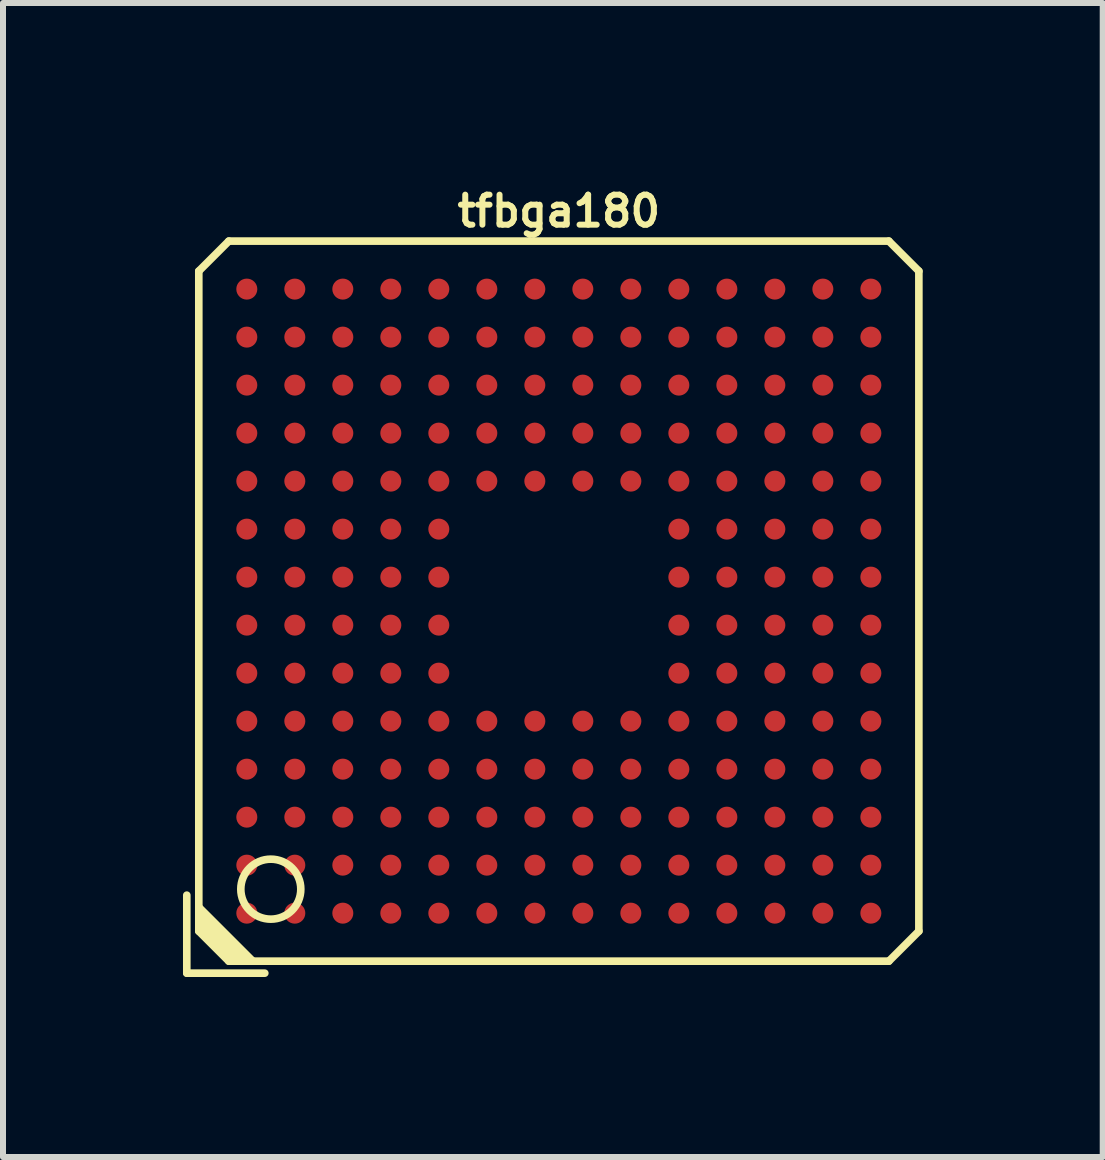
<source format=kicad_pcb>
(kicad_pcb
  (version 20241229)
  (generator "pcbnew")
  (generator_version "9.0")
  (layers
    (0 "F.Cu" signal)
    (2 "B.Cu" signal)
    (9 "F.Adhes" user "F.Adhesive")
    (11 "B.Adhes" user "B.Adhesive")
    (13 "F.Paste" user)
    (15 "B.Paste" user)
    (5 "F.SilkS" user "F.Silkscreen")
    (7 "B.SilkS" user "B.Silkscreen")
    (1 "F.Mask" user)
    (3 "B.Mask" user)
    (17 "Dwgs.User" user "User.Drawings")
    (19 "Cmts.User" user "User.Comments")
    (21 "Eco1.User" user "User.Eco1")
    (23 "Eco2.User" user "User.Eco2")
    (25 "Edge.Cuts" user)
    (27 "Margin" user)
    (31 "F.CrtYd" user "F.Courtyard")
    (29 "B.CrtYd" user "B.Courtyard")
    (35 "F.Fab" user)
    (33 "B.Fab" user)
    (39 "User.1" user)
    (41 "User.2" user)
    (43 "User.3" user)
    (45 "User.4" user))
  (footprint "tfbga180"
    (layer "F.Cu")
    (at 6.263 6.968)
    (property "Reference" "tfbga180" (at 0 -6.5 0) (layer "F.SilkS") (effects (font (size 0.5 0.5) (thickness 0.1))))
    (attr through_hole)
    (fp_line (start -6.2 4.9) (end -6.2 6.2) (stroke (width 0.127) (type solid)) (layer "F.SilkS"))
    (fp_line (start -6.2 6.2) (end -4.9 6.2) (stroke (width 0.127) (type solid)) (layer "F.SilkS"))
    (fp_line (start -6 -5.5) (end -5.5 -6) (stroke (width 0.127) (type solid)) (layer "F.SilkS"))
    (fp_line (start -6 5.2) (end -5.2 6) (stroke (width 0.127) (type solid)) (layer "F.SilkS"))
    (fp_line (start -6 5.4) (end -5.4 6) (stroke (width 0.127) (type solid)) (layer "F.SilkS"))
    (fp_line (start -6 5.5) (end -6 -5.5) (stroke (width 0.127) (type solid)) (layer "F.SilkS"))
    (fp_line (start -5.5 -6) (end 5.5 -6) (stroke (width 0.127) (type solid)) (layer "F.SilkS"))
    (fp_line (start -5.5 6) (end -6 5.5) (stroke (width 0.127) (type solid)) (layer "F.SilkS"))
    (fp_line (start -5.3 6) (end -6 5.3) (stroke (width 0.127) (type solid)) (layer "F.SilkS"))
    (fp_line (start -5.1 6) (end -6 5.1) (stroke (width 0.127) (type solid)) (layer "F.SilkS"))
    (fp_line (start 5.5 -6) (end 6 -5.5) (stroke (width 0.127) (type solid)) (layer "F.SilkS"))
    (fp_line (start 5.5 6) (end -5.5 6) (stroke (width 0.127) (type solid)) (layer "F.SilkS"))
    (fp_line (start 6 -5.5) (end 6 5.5) (stroke (width 0.127) (type solid)) (layer "F.SilkS"))
    (fp_line (start 6 5.5) (end 5.5 6) (stroke (width 0.127) (type solid)) (layer "F.SilkS"))
    (fp_circle (center -4.8 4.8) (end -5.2 5.1) (stroke (width 0.127) (type solid)) (fill no) (layer "F.SilkS"))
    (pad "A1" smd circle (at -5.2 5.2) (size 0.35 0.35) (layers "F.Cu" "F.Mask" "F.Paste"))
    (pad "A2" smd circle (at -4.4 5.2) (size 0.35 0.35) (layers "F.Cu" "F.Mask" "F.Paste"))
    (pad "A3" smd circle (at -3.6 5.2) (size 0.35 0.35) (layers "F.Cu" "F.Mask" "F.Paste"))
    (pad "A4" smd circle (at -2.8 5.2) (size 0.35 0.35) (layers "F.Cu" "F.Mask" "F.Paste"))
    (pad "A5" smd circle (at -2 5.2) (size 0.35 0.35) (layers "F.Cu" "F.Mask" "F.Paste"))
    (pad "A6" smd circle (at -1.2 5.2) (size 0.35 0.35) (layers "F.Cu" "F.Mask" "F.Paste"))
    (pad "A7" smd circle (at -0.4 5.2) (size 0.35 0.35) (layers "F.Cu" "F.Mask" "F.Paste"))
    (pad "A8" smd circle (at 0.4 5.2) (size 0.35 0.35) (layers "F.Cu" "F.Mask" "F.Paste"))
    (pad "A9" smd circle (at 1.2 5.2) (size 0.35 0.35) (layers "F.Cu" "F.Mask" "F.Paste"))
    (pad "A10" smd circle (at 2 5.2) (size 0.35 0.35) (layers "F.Cu" "F.Mask" "F.Paste"))
    (pad "A11" smd circle (at 2.8 5.2) (size 0.35 0.35) (layers "F.Cu" "F.Mask" "F.Paste"))
    (pad "A12" smd circle (at 3.6 5.2) (size 0.35 0.35) (layers "F.Cu" "F.Mask" "F.Paste"))
    (pad "A13" smd circle (at 4.4 5.2) (size 0.35 0.35) (layers "F.Cu" "F.Mask" "F.Paste"))
    (pad "A14" smd circle (at 5.2 5.2) (size 0.35 0.35) (layers "F.Cu" "F.Mask" "F.Paste"))
    (pad "B1" smd circle (at -5.2 4.4) (size 0.35 0.35) (layers "F.Cu" "F.Mask" "F.Paste"))
    (pad "B2" smd circle (at -4.4 4.4) (size 0.35 0.35) (layers "F.Cu" "F.Mask" "F.Paste"))
    (pad "B3" smd circle (at -3.6 4.4) (size 0.35 0.35) (layers "F.Cu" "F.Mask" "F.Paste"))
    (pad "B4" smd circle (at -2.8 4.4) (size 0.35 0.35) (layers "F.Cu" "F.Mask" "F.Paste"))
    (pad "B5" smd circle (at -2 4.4) (size 0.35 0.35) (layers "F.Cu" "F.Mask" "F.Paste"))
    (pad "B6" smd circle (at -1.2 4.4) (size 0.35 0.35) (layers "F.Cu" "F.Mask" "F.Paste"))
    (pad "B7" smd circle (at -0.4 4.4) (size 0.35 0.35) (layers "F.Cu" "F.Mask" "F.Paste"))
    (pad "B8" smd circle (at 0.4 4.4) (size 0.35 0.35) (layers "F.Cu" "F.Mask" "F.Paste"))
    (pad "B9" smd circle (at 1.2 4.4) (size 0.35 0.35) (layers "F.Cu" "F.Mask" "F.Paste"))
    (pad "B10" smd circle (at 2 4.4) (size 0.35 0.35) (layers "F.Cu" "F.Mask" "F.Paste"))
    (pad "B11" smd circle (at 2.8 4.4) (size 0.35 0.35) (layers "F.Cu" "F.Mask" "F.Paste"))
    (pad "B12" smd circle (at 3.6 4.4) (size 0.35 0.35) (layers "F.Cu" "F.Mask" "F.Paste"))
    (pad "B13" smd circle (at 4.4 4.4) (size 0.35 0.35) (layers "F.Cu" "F.Mask" "F.Paste"))
    (pad "B14" smd circle (at 5.2 4.4) (size 0.35 0.35) (layers "F.Cu" "F.Mask" "F.Paste"))
    (pad "C1" smd circle (at -5.2 3.6) (size 0.35 0.35) (layers "F.Cu" "F.Mask" "F.Paste"))
    (pad "C2" smd circle (at -4.4 3.6) (size 0.35 0.35) (layers "F.Cu" "F.Mask" "F.Paste"))
    (pad "C3" smd circle (at -3.6 3.6) (size 0.35 0.35) (layers "F.Cu" "F.Mask" "F.Paste"))
    (pad "C4" smd circle (at -2.8 3.6) (size 0.35 0.35) (layers "F.Cu" "F.Mask" "F.Paste"))
    (pad "C5" smd circle (at -2 3.6) (size 0.35 0.35) (layers "F.Cu" "F.Mask" "F.Paste"))
    (pad "C6" smd circle (at -1.2 3.6) (size 0.35 0.35) (layers "F.Cu" "F.Mask" "F.Paste"))
    (pad "C7" smd circle (at -0.4 3.6) (size 0.35 0.35) (layers "F.Cu" "F.Mask" "F.Paste"))
    (pad "C8" smd circle (at 0.4 3.6) (size 0.35 0.35) (layers "F.Cu" "F.Mask" "F.Paste"))
    (pad "C9" smd circle (at 1.2 3.6) (size 0.35 0.35) (layers "F.Cu" "F.Mask" "F.Paste"))
    (pad "C10" smd circle (at 2 3.6) (size 0.35 0.35) (layers "F.Cu" "F.Mask" "F.Paste"))
    (pad "C11" smd circle (at 2.8 3.6) (size 0.35 0.35) (layers "F.Cu" "F.Mask" "F.Paste"))
    (pad "C12" smd circle (at 3.6 3.6) (size 0.35 0.35) (layers "F.Cu" "F.Mask" "F.Paste"))
    (pad "C13" smd circle (at 4.4 3.6) (size 0.35 0.35) (layers "F.Cu" "F.Mask" "F.Paste"))
    (pad "C14" smd circle (at 5.2 3.6) (size 0.35 0.35) (layers "F.Cu" "F.Mask" "F.Paste"))
    (pad "D1" smd circle (at -5.2 2.8) (size 0.35 0.35) (layers "F.Cu" "F.Mask" "F.Paste"))
    (pad "D2" smd circle (at -4.4 2.8) (size 0.35 0.35) (layers "F.Cu" "F.Mask" "F.Paste"))
    (pad "D3" smd circle (at -3.6 2.8) (size 0.35 0.35) (layers "F.Cu" "F.Mask" "F.Paste"))
    (pad "D4" smd circle (at -2.8 2.8) (size 0.35 0.35) (layers "F.Cu" "F.Mask" "F.Paste"))
    (pad "D5" smd circle (at -2 2.8) (size 0.35 0.35) (layers "F.Cu" "F.Mask" "F.Paste"))
    (pad "D6" smd circle (at -1.2 2.8) (size 0.35 0.35) (layers "F.Cu" "F.Mask" "F.Paste"))
    (pad "D7" smd circle (at -0.4 2.8) (size 0.35 0.35) (layers "F.Cu" "F.Mask" "F.Paste"))
    (pad "D8" smd circle (at 0.4 2.8) (size 0.35 0.35) (layers "F.Cu" "F.Mask" "F.Paste"))
    (pad "D9" smd circle (at 1.2 2.8) (size 0.35 0.35) (layers "F.Cu" "F.Mask" "F.Paste"))
    (pad "D10" smd circle (at 2 2.8) (size 0.35 0.35) (layers "F.Cu" "F.Mask" "F.Paste"))
    (pad "D11" smd circle (at 2.8 2.8) (size 0.35 0.35) (layers "F.Cu" "F.Mask" "F.Paste"))
    (pad "D12" smd circle (at 3.6 2.8) (size 0.35 0.35) (layers "F.Cu" "F.Mask" "F.Paste"))
    (pad "D13" smd circle (at 4.4 2.8) (size 0.35 0.35) (layers "F.Cu" "F.Mask" "F.Paste"))
    (pad "D14" smd circle (at 5.2 2.8) (size 0.35 0.35) (layers "F.Cu" "F.Mask" "F.Paste"))
    (pad "E1" smd circle (at -5.2 2) (size 0.35 0.35) (layers "F.Cu" "F.Mask" "F.Paste"))
    (pad "E2" smd circle (at -4.4 2) (size 0.35 0.35) (layers "F.Cu" "F.Mask" "F.Paste"))
    (pad "E3" smd circle (at -3.6 2) (size 0.35 0.35) (layers "F.Cu" "F.Mask" "F.Paste"))
    (pad "E4" smd circle (at -2.8 2) (size 0.35 0.35) (layers "F.Cu" "F.Mask" "F.Paste"))
    (pad "E5" smd circle (at -2 2) (size 0.35 0.35) (layers "F.Cu" "F.Mask" "F.Paste"))
    (pad "E6" smd circle (at -1.2 2) (size 0.35 0.35) (layers "F.Cu" "F.Mask" "F.Paste"))
    (pad "E7" smd circle (at -0.4 2) (size 0.35 0.35) (layers "F.Cu" "F.Mask" "F.Paste"))
    (pad "E8" smd circle (at 0.4 2) (size 0.35 0.35) (layers "F.Cu" "F.Mask" "F.Paste"))
    (pad "E9" smd circle (at 1.2 2) (size 0.35 0.35) (layers "F.Cu" "F.Mask" "F.Paste"))
    (pad "E10" smd circle (at 2 2) (size 0.35 0.35) (layers "F.Cu" "F.Mask" "F.Paste"))
    (pad "E11" smd circle (at 2.8 2) (size 0.35 0.35) (layers "F.Cu" "F.Mask" "F.Paste"))
    (pad "E12" smd circle (at 3.6 2) (size 0.35 0.35) (layers "F.Cu" "F.Mask" "F.Paste"))
    (pad "E13" smd circle (at 4.4 2) (size 0.35 0.35) (layers "F.Cu" "F.Mask" "F.Paste"))
    (pad "E14" smd circle (at 5.2 2) (size 0.35 0.35) (layers "F.Cu" "F.Mask" "F.Paste"))
    (pad "F1" smd circle (at -5.2 1.2) (size 0.35 0.35) (layers "F.Cu" "F.Mask" "F.Paste"))
    (pad "F2" smd circle (at -4.4 1.2) (size 0.35 0.35) (layers "F.Cu" "F.Mask" "F.Paste"))
    (pad "F3" smd circle (at -3.6 1.2) (size 0.35 0.35) (layers "F.Cu" "F.Mask" "F.Paste"))
    (pad "F4" smd circle (at -2.8 1.2) (size 0.35 0.35) (layers "F.Cu" "F.Mask" "F.Paste"))
    (pad "F5" smd circle (at -2 1.2) (size 0.35 0.35) (layers "F.Cu" "F.Mask" "F.Paste"))
    (pad "F10" smd circle (at 2 1.2) (size 0.35 0.35) (layers "F.Cu" "F.Mask" "F.Paste"))
    (pad "F11" smd circle (at 2.8 1.2) (size 0.35 0.35) (layers "F.Cu" "F.Mask" "F.Paste"))
    (pad "F12" smd circle (at 3.6 1.2) (size 0.35 0.35) (layers "F.Cu" "F.Mask" "F.Paste"))
    (pad "F13" smd circle (at 4.4 1.2) (size 0.35 0.35) (layers "F.Cu" "F.Mask" "F.Paste"))
    (pad "F14" smd circle (at 5.2 1.2) (size 0.35 0.35) (layers "F.Cu" "F.Mask" "F.Paste"))
    (pad "G1" smd circle (at -5.2 0.4) (size 0.35 0.35) (layers "F.Cu" "F.Mask" "F.Paste"))
    (pad "G2" smd circle (at -4.4 0.4) (size 0.35 0.35) (layers "F.Cu" "F.Mask" "F.Paste"))
    (pad "G3" smd circle (at -3.6 0.4) (size 0.35 0.35) (layers "F.Cu" "F.Mask" "F.Paste"))
    (pad "G4" smd circle (at -2.8 0.4) (size 0.35 0.35) (layers "F.Cu" "F.Mask" "F.Paste"))
    (pad "G5" smd circle (at -2 0.4) (size 0.35 0.35) (layers "F.Cu" "F.Mask" "F.Paste"))
    (pad "G10" smd circle (at 2 0.4) (size 0.35 0.35) (layers "F.Cu" "F.Mask" "F.Paste"))
    (pad "G11" smd circle (at 2.8 0.4) (size 0.35 0.35) (layers "F.Cu" "F.Mask" "F.Paste"))
    (pad "G12" smd circle (at 3.6 0.4) (size 0.35 0.35) (layers "F.Cu" "F.Mask" "F.Paste"))
    (pad "G13" smd circle (at 4.4 0.4) (size 0.35 0.35) (layers "F.Cu" "F.Mask" "F.Paste"))
    (pad "G14" smd circle (at 5.2 0.4) (size 0.35 0.35) (layers "F.Cu" "F.Mask" "F.Paste"))
    (pad "H1" smd circle (at -5.2 -0.4) (size 0.35 0.35) (layers "F.Cu" "F.Mask" "F.Paste"))
    (pad "H2" smd circle (at -4.4 -0.4) (size 0.35 0.35) (layers "F.Cu" "F.Mask" "F.Paste"))
    (pad "H3" smd circle (at -3.6 -0.4) (size 0.35 0.35) (layers "F.Cu" "F.Mask" "F.Paste"))
    (pad "H4" smd circle (at -2.8 -0.4) (size 0.35 0.35) (layers "F.Cu" "F.Mask" "F.Paste"))
    (pad "H5" smd circle (at -2 -0.4) (size 0.35 0.35) (layers "F.Cu" "F.Mask" "F.Paste"))
    (pad "H10" smd circle (at 2 -0.4) (size 0.35 0.35) (layers "F.Cu" "F.Mask" "F.Paste"))
    (pad "H11" smd circle (at 2.8 -0.4) (size 0.35 0.35) (layers "F.Cu" "F.Mask" "F.Paste"))
    (pad "H12" smd circle (at 3.6 -0.4) (size 0.35 0.35) (layers "F.Cu" "F.Mask" "F.Paste"))
    (pad "H13" smd circle (at 4.4 -0.4) (size 0.35 0.35) (layers "F.Cu" "F.Mask" "F.Paste"))
    (pad "H14" smd circle (at 5.2 -0.4) (size 0.35 0.35) (layers "F.Cu" "F.Mask" "F.Paste"))
    (pad "J1" smd circle (at -5.2 -1.2) (size 0.35 0.35) (layers "F.Cu" "F.Mask" "F.Paste"))
    (pad "J2" smd circle (at -4.4 -1.2) (size 0.35 0.35) (layers "F.Cu" "F.Mask" "F.Paste"))
    (pad "J3" smd circle (at -3.6 -1.2) (size 0.35 0.35) (layers "F.Cu" "F.Mask" "F.Paste"))
    (pad "J4" smd circle (at -2.8 -1.2) (size 0.35 0.35) (layers "F.Cu" "F.Mask" "F.Paste"))
    (pad "J5" smd circle (at -2 -1.2) (size 0.35 0.35) (layers "F.Cu" "F.Mask" "F.Paste"))
    (pad "J10" smd circle (at 2 -1.2) (size 0.35 0.35) (layers "F.Cu" "F.Mask" "F.Paste"))
    (pad "J11" smd circle (at 2.8 -1.2) (size 0.35 0.35) (layers "F.Cu" "F.Mask" "F.Paste"))
    (pad "J12" smd circle (at 3.6 -1.2) (size 0.35 0.35) (layers "F.Cu" "F.Mask" "F.Paste"))
    (pad "J13" smd circle (at 4.4 -1.2) (size 0.35 0.35) (layers "F.Cu" "F.Mask" "F.Paste"))
    (pad "J14" smd circle (at 5.2 -1.2) (size 0.35 0.35) (layers "F.Cu" "F.Mask" "F.Paste"))
    (pad "K1" smd circle (at -5.2 -2) (size 0.35 0.35) (layers "F.Cu" "F.Mask" "F.Paste"))
    (pad "K2" smd circle (at -4.4 -2) (size 0.35 0.35) (layers "F.Cu" "F.Mask" "F.Paste"))
    (pad "K3" smd circle (at -3.6 -2) (size 0.35 0.35) (layers "F.Cu" "F.Mask" "F.Paste"))
    (pad "K4" smd circle (at -2.8 -2) (size 0.35 0.35) (layers "F.Cu" "F.Mask" "F.Paste"))
    (pad "K5" smd circle (at -2 -2) (size 0.35 0.35) (layers "F.Cu" "F.Mask" "F.Paste"))
    (pad "K6" smd circle (at -1.2 -2) (size 0.35 0.35) (layers "F.Cu" "F.Mask" "F.Paste"))
    (pad "K7" smd circle (at -0.4 -2) (size 0.35 0.35) (layers "F.Cu" "F.Mask" "F.Paste"))
    (pad "K8" smd circle (at 0.4 -2) (size 0.35 0.35) (layers "F.Cu" "F.Mask" "F.Paste"))
    (pad "K9" smd circle (at 1.2 -2) (size 0.35 0.35) (layers "F.Cu" "F.Mask" "F.Paste"))
    (pad "K10" smd circle (at 2 -2) (size 0.35 0.35) (layers "F.Cu" "F.Mask" "F.Paste"))
    (pad "K11" smd circle (at 2.8 -2) (size 0.35 0.35) (layers "F.Cu" "F.Mask" "F.Paste"))
    (pad "K12" smd circle (at 3.6 -2) (size 0.35 0.35) (layers "F.Cu" "F.Mask" "F.Paste"))
    (pad "K13" smd circle (at 4.4 -2) (size 0.35 0.35) (layers "F.Cu" "F.Mask" "F.Paste"))
    (pad "K14" smd circle (at 5.2 -2) (size 0.35 0.35) (layers "F.Cu" "F.Mask" "F.Paste"))
    (pad "L1" smd circle (at -5.2 -2.8) (size 0.35 0.35) (layers "F.Cu" "F.Mask" "F.Paste"))
    (pad "L2" smd circle (at -4.4 -2.8) (size 0.35 0.35) (layers "F.Cu" "F.Mask" "F.Paste"))
    (pad "L3" smd circle (at -3.6 -2.8) (size 0.35 0.35) (layers "F.Cu" "F.Mask" "F.Paste"))
    (pad "L4" smd circle (at -2.8 -2.8) (size 0.35 0.35) (layers "F.Cu" "F.Mask" "F.Paste"))
    (pad "L5" smd circle (at -2 -2.8) (size 0.35 0.35) (layers "F.Cu" "F.Mask" "F.Paste"))
    (pad "L6" smd circle (at -1.2 -2.8) (size 0.35 0.35) (layers "F.Cu" "F.Mask" "F.Paste"))
    (pad "L7" smd circle (at -0.4 -2.8) (size 0.35 0.35) (layers "F.Cu" "F.Mask" "F.Paste"))
    (pad "L8" smd circle (at 0.4 -2.8) (size 0.35 0.35) (layers "F.Cu" "F.Mask" "F.Paste"))
    (pad "L9" smd circle (at 1.2 -2.8) (size 0.35 0.35) (layers "F.Cu" "F.Mask" "F.Paste"))
    (pad "L10" smd circle (at 2 -2.8) (size 0.35 0.35) (layers "F.Cu" "F.Mask" "F.Paste"))
    (pad "L11" smd circle (at 2.8 -2.8) (size 0.35 0.35) (layers "F.Cu" "F.Mask" "F.Paste"))
    (pad "L12" smd circle (at 3.6 -2.8) (size 0.35 0.35) (layers "F.Cu" "F.Mask" "F.Paste"))
    (pad "L13" smd circle (at 4.4 -2.8) (size 0.35 0.35) (layers "F.Cu" "F.Mask" "F.Paste"))
    (pad "L14" smd circle (at 5.2 -2.8) (size 0.35 0.35) (layers "F.Cu" "F.Mask" "F.Paste"))
    (pad "M1" smd circle (at -5.2 -3.6) (size 0.35 0.35) (layers "F.Cu" "F.Mask" "F.Paste"))
    (pad "M2" smd circle (at -4.4 -3.6) (size 0.35 0.35) (layers "F.Cu" "F.Mask" "F.Paste"))
    (pad "M3" smd circle (at -3.6 -3.6) (size 0.35 0.35) (layers "F.Cu" "F.Mask" "F.Paste"))
    (pad "M4" smd circle (at -2.8 -3.6) (size 0.35 0.35) (layers "F.Cu" "F.Mask" "F.Paste"))
    (pad "M5" smd circle (at -2 -3.6) (size 0.35 0.35) (layers "F.Cu" "F.Mask" "F.Paste"))
    (pad "M6" smd circle (at -1.2 -3.6) (size 0.35 0.35) (layers "F.Cu" "F.Mask" "F.Paste"))
    (pad "M7" smd circle (at -0.4 -3.6) (size 0.35 0.35) (layers "F.Cu" "F.Mask" "F.Paste"))
    (pad "M8" smd circle (at 0.4 -3.6) (size 0.35 0.35) (layers "F.Cu" "F.Mask" "F.Paste"))
    (pad "M9" smd circle (at 1.2 -3.6) (size 0.35 0.35) (layers "F.Cu" "F.Mask" "F.Paste"))
    (pad "M10" smd circle (at 2 -3.6) (size 0.35 0.35) (layers "F.Cu" "F.Mask" "F.Paste"))
    (pad "M11" smd circle (at 2.8 -3.6) (size 0.35 0.35) (layers "F.Cu" "F.Mask" "F.Paste"))
    (pad "M12" smd circle (at 3.6 -3.6) (size 0.35 0.35) (layers "F.Cu" "F.Mask" "F.Paste"))
    (pad "M13" smd circle (at 4.4 -3.6) (size 0.35 0.35) (layers "F.Cu" "F.Mask" "F.Paste"))
    (pad "M14" smd circle (at 5.2 -3.6) (size 0.35 0.35) (layers "F.Cu" "F.Mask" "F.Paste"))
    (pad "N1" smd circle (at -5.2 -4.4) (size 0.35 0.35) (layers "F.Cu" "F.Mask" "F.Paste"))
    (pad "N2" smd circle (at -4.4 -4.4) (size 0.35 0.35) (layers "F.Cu" "F.Mask" "F.Paste"))
    (pad "N3" smd circle (at -3.6 -4.4) (size 0.35 0.35) (layers "F.Cu" "F.Mask" "F.Paste"))
    (pad "N4" smd circle (at -2.8 -4.4) (size 0.35 0.35) (layers "F.Cu" "F.Mask" "F.Paste"))
    (pad "N5" smd circle (at -2 -4.4) (size 0.35 0.35) (layers "F.Cu" "F.Mask" "F.Paste"))
    (pad "N6" smd circle (at -1.2 -4.4) (size 0.35 0.35) (layers "F.Cu" "F.Mask" "F.Paste"))
    (pad "N7" smd circle (at -0.4 -4.4) (size 0.35 0.35) (layers "F.Cu" "F.Mask" "F.Paste"))
    (pad "N8" smd circle (at 0.4 -4.4) (size 0.35 0.35) (layers "F.Cu" "F.Mask" "F.Paste"))
    (pad "N9" smd circle (at 1.2 -4.4) (size 0.35 0.35) (layers "F.Cu" "F.Mask" "F.Paste"))
    (pad "N10" smd circle (at 2 -4.4) (size 0.35 0.35) (layers "F.Cu" "F.Mask" "F.Paste"))
    (pad "N11" smd circle (at 2.8 -4.4) (size 0.35 0.35) (layers "F.Cu" "F.Mask" "F.Paste"))
    (pad "N12" smd circle (at 3.6 -4.4) (size 0.35 0.35) (layers "F.Cu" "F.Mask" "F.Paste"))
    (pad "N13" smd circle (at 4.4 -4.4) (size 0.35 0.35) (layers "F.Cu" "F.Mask" "F.Paste"))
    (pad "N14" smd circle (at 5.2 -4.4) (size 0.35 0.35) (layers "F.Cu" "F.Mask" "F.Paste"))
    (pad "P1" smd circle (at -5.2 -5.2) (size 0.35 0.35) (layers "F.Cu" "F.Mask" "F.Paste"))
    (pad "P2" smd circle (at -4.4 -5.2) (size 0.35 0.35) (layers "F.Cu" "F.Mask" "F.Paste"))
    (pad "P3" smd circle (at -3.6 -5.2) (size 0.35 0.35) (layers "F.Cu" "F.Mask" "F.Paste"))
    (pad "P4" smd circle (at -2.8 -5.2) (size 0.35 0.35) (layers "F.Cu" "F.Mask" "F.Paste"))
    (pad "P5" smd circle (at -2 -5.2) (size 0.35 0.35) (layers "F.Cu" "F.Mask" "F.Paste"))
    (pad "P6" smd circle (at -1.2 -5.2) (size 0.35 0.35) (layers "F.Cu" "F.Mask" "F.Paste"))
    (pad "P7" smd circle (at -0.4 -5.2) (size 0.35 0.35) (layers "F.Cu" "F.Mask" "F.Paste"))
    (pad "P8" smd circle (at 0.4 -5.2) (size 0.35 0.35) (layers "F.Cu" "F.Mask" "F.Paste"))
    (pad "P9" smd circle (at 1.2 -5.2) (size 0.35 0.35) (layers "F.Cu" "F.Mask" "F.Paste"))
    (pad "P10" smd circle (at 2 -5.2) (size 0.35 0.35) (layers "F.Cu" "F.Mask" "F.Paste"))
    (pad "P11" smd circle (at 2.8 -5.2) (size 0.35 0.35) (layers "F.Cu" "F.Mask" "F.Paste"))
    (pad "P12" smd circle (at 3.6 -5.2) (size 0.35 0.35) (layers "F.Cu" "F.Mask" "F.Paste"))
    (pad "P13" smd circle (at 4.4 -5.2) (size 0.35 0.35) (layers "F.Cu" "F.Mask" "F.Paste"))
    (pad "P14" smd circle (at 5.2 -5.2) (size 0.35 0.35) (layers "F.Cu" "F.Mask" "F.Paste")))
  (gr_rect
    (start -3 -3)
    (end 15.327 16.232)
    (stroke (width 0.1) (type default))
    (fill no)
    (layer "Edge.Cuts")))
</source>
